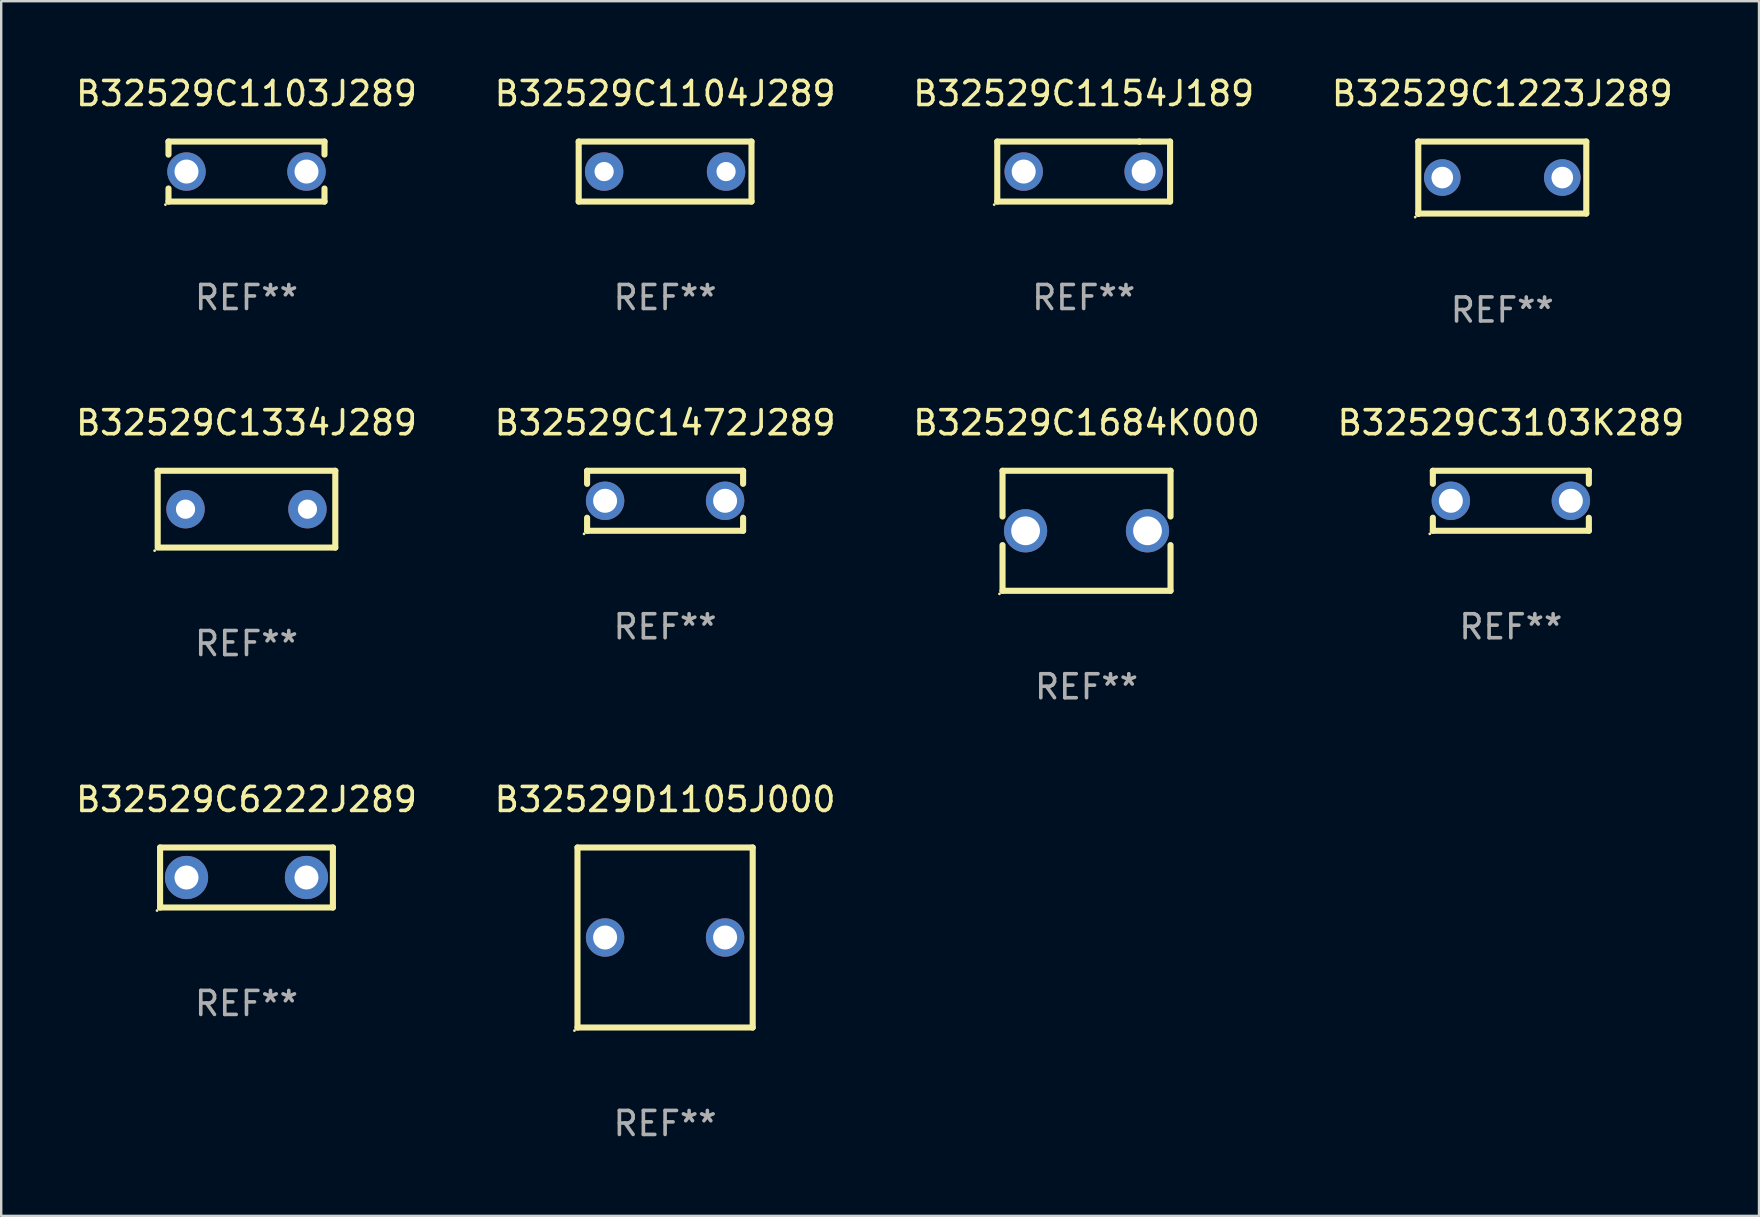
<source format=kicad_pcb>
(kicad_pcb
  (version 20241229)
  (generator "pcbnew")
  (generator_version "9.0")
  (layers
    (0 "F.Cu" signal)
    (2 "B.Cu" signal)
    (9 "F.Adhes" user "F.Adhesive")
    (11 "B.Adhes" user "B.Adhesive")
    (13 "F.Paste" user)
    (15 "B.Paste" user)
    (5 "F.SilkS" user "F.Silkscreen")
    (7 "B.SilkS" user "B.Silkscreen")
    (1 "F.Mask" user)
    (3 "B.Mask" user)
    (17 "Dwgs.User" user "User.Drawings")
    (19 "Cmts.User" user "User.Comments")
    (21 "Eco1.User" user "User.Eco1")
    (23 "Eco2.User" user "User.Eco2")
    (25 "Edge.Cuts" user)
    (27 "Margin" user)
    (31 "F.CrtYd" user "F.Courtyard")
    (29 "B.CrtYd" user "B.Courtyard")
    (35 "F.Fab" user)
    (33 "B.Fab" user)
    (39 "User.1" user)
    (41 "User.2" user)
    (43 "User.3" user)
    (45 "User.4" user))
  (footprint "B32529C1223J289"
    (layer "F.Cu")
    (at 59.542 4.358)
    (property "Reference" "B32529C1223J289" (at 0 -3.51 0) (layer "F.SilkS") (effects (font (size 1 1) (thickness 0.15))))
    (attr through_hole)
    (fp_line (start -3.5 -1.51) (end 3.5 -1.51) (stroke (width 0.254) (type solid)) (layer "F.SilkS"))
    (fp_line (start -3.5 1.51) (end -3.5 -1.51) (stroke (width 0.254) (type solid)) (layer "F.SilkS"))
    (fp_line (start 3.5 -1.51) (end 3.5 1.49) (stroke (width 0.254) (type solid)) (layer "F.SilkS"))
    (fp_line (start 3.5 1.49) (end -3.5 1.49) (stroke (width 0.254) (type solid)) (layer "F.SilkS"))
    (fp_circle (center -3.627 1.637) (end -3.597 1.637) (stroke (width 0.06) (type solid)) (fill no) (layer "F.SilkS"))
    (fp_text user "REF**" (at 0 5.51 0) (layer "F.Fab") (effects (font (size 1 1) (thickness 0.15))))
    (pad "1" thru_hole circle (at -2.5 -0.01) (size 1.524 1.524) (drill 0.9) (layers "*.Cu" "*.Mask"))
    (pad "2" thru_hole circle (at 2.5 -0.01) (size 1.524 1.524) (drill 0.9) (layers "*.Cu" "*.Mask")))
  (footprint "B32529C1104J289"
    (layer "F.Cu")
    (at 24.661 4.098)
    (property "Reference" "B32529C1104J289" (at 0 -3.25 0) (layer "F.SilkS") (effects (font (size 1 1) (thickness 0.15))))
    (attr through_hole)
    (fp_line (start -3.6 -1.25) (end -3.6 1.25) (stroke (width 0.254) (type solid)) (layer "F.SilkS"))
    (fp_line (start -3.6 -1.25) (end 3.6 -1.25) (stroke (width 0.254) (type solid)) (layer "F.SilkS"))
    (fp_line (start 3.6 1.25) (end -3.6 1.25) (stroke (width 0.254) (type solid)) (layer "F.SilkS"))
    (fp_line (start 3.6 1.25) (end 3.6 -1.25) (stroke (width 0.254) (type solid)) (layer "F.SilkS"))
    (fp_circle (center -3.6 1.25) (end -3.57 1.25) (stroke (width 0.06) (type solid)) (fill no) (layer "F.SilkS"))
    (fp_text user "REF**" (at 0 5.25 0) (layer "F.Fab") (effects (font (size 1 1) (thickness 0.15))))
    (pad "1" thru_hole circle (at -2.54 0) (size 1.6 1.6) (drill 0.8) (layers "*.Cu" "*.Mask"))
    (pad "2" thru_hole circle (at 2.54 0) (size 1.6 1.6) (drill 0.8) (layers "*.Cu" "*.Mask")))
  (footprint "B32529C1103J289"
    (layer "F.Cu")
    (at 7.22 4.098)
    (property "Reference" "B32529C1103J289" (at 0 -3.25 0) (layer "F.SilkS") (effects (font (size 1 1) (thickness 0.15))))
    (attr through_hole)
    (fp_line (start -3.25 -1.25) (end -3.25 -0.706) (stroke (width 0.254) (type solid)) (layer "F.SilkS"))
    (fp_line (start -3.25 -1.25) (end 3.25 -1.25) (stroke (width 0.254) (type solid)) (layer "F.SilkS"))
    (fp_line (start -3.25 0.706) (end -3.25 1.25) (stroke (width 0.254) (type solid)) (layer "F.SilkS"))
    (fp_line (start 3.25 1.25) (end -3.25 1.25) (stroke (width 0.254) (type solid)) (layer "F.SilkS"))
    (fp_line (start 3.25 -1.25) (end 3.25 -0.707) (stroke (width 0.254) (type solid)) (layer "F.SilkS"))
    (fp_line (start 3.25 0.707) (end 3.25 1.25) (stroke (width 0.254) (type solid)) (layer "F.SilkS"))
    (fp_circle (center -3.377 1.377) (end -3.347 1.377) (stroke (width 0.06) (type solid)) (fill no) (layer "F.SilkS"))
    (fp_text user "REF**" (at 0 5.25 0) (layer "F.Fab") (effects (font (size 1 1) (thickness 0.15))))
    (pad "1" thru_hole circle (at -2.5 0) (size 1.6 1.6) (drill 1) (layers "*.Cu" "*.Mask"))
    (pad "2" thru_hole circle (at 2.5 0) (size 1.6 1.6) (drill 1) (layers "*.Cu" "*.Mask")))
  (footprint "B32529C1472J289"
    (layer "F.Cu")
    (at 24.661 17.815)
    (property "Reference" "B32529C1472J289" (at 0 -3.25 0) (layer "F.SilkS") (effects (font (size 1 1) (thickness 0.15))))
    (attr through_hole)
    (fp_line (start -3.25 -1.25) (end -3.25 -0.706) (stroke (width 0.254) (type solid)) (layer "F.SilkS"))
    (fp_line (start -3.25 -1.25) (end 3.25 -1.25) (stroke (width 0.254) (type solid)) (layer "F.SilkS"))
    (fp_line (start -3.25 0.706) (end -3.25 1.25) (stroke (width 0.254) (type solid)) (layer "F.SilkS"))
    (fp_line (start 3.25 1.25) (end -3.25 1.25) (stroke (width 0.254) (type solid)) (layer "F.SilkS"))
    (fp_line (start 3.25 -1.25) (end 3.25 -0.707) (stroke (width 0.254) (type solid)) (layer "F.SilkS"))
    (fp_line (start 3.25 0.707) (end 3.25 1.25) (stroke (width 0.254) (type solid)) (layer "F.SilkS"))
    (fp_circle (center -3.377 1.377) (end -3.347 1.377) (stroke (width 0.06) (type solid)) (fill no) (layer "F.SilkS"))
    (fp_text user "REF**" (at 0 5.25 0) (layer "F.Fab") (effects (font (size 1 1) (thickness 0.15))))
    (pad "1" thru_hole circle (at -2.5 0) (size 1.6 1.6) (drill 1) (layers "*.Cu" "*.Mask"))
    (pad "2" thru_hole circle (at 2.5 0) (size 1.6 1.6) (drill 1) (layers "*.Cu" "*.Mask")))
  (footprint "B32529C1684K000"
    (layer "F.Cu")
    (at 42.22 19.065)
    (property "Reference" "B32529C1684K000" (at 0 -4.5 0) (layer "F.SilkS") (effects (font (size 1 1) (thickness 0.15))))
    (attr through_hole)
    (fp_line (start -3.5 -2.5) (end -3.5 -0.596) (stroke (width 0.254) (type solid)) (layer "F.SilkS"))
    (fp_line (start -3.5 -2.5) (end 3.5 -2.5) (stroke (width 0.254) (type solid)) (layer "F.SilkS"))
    (fp_line (start -3.5 0.596) (end -3.5 2.5) (stroke (width 0.254) (type solid)) (layer "F.SilkS"))
    (fp_line (start 3.5 -2.5) (end 3.5 -0.596) (stroke (width 0.254) (type solid)) (layer "F.SilkS"))
    (fp_line (start 3.5 0.596) (end 3.5 2.5) (stroke (width 0.254) (type solid)) (layer "F.SilkS"))
    (fp_line (start 3.5 2.5) (end -3.5 2.5) (stroke (width 0.254) (type solid)) (layer "F.SilkS"))
    (fp_circle (center -3.627 2.627) (end -3.597 2.627) (stroke (width 0.06) (type solid)) (fill no) (layer "F.SilkS"))
    (fp_text user "REF**" (at 0 6.5 0) (layer "F.Fab") (effects (font (size 1 1) (thickness 0.15))))
    (pad "1" thru_hole circle (at -2.54 0) (size 1.8 1.8) (drill 1.2) (layers "*.Cu" "*.Mask"))
    (pad "2" thru_hole circle (at 2.54 0) (size 1.8 1.8) (drill 1.2) (layers "*.Cu" "*.Mask")))
  (footprint "B32529C1154J189"
    (layer "F.Cu")
    (at 42.101 4.098)
    (property "Reference" "B32529C1154J189" (at 0 -3.25 0) (layer "F.SilkS") (effects (font (size 1 1) (thickness 0.15))))
    (attr through_hole)
    (fp_line (start -3.6 1.25) (end -3.6 -1.25) (stroke (width 0.254) (type solid)) (layer "F.SilkS"))
    (fp_line (start -3.6 1.25) (end 3.6 1.25) (stroke (width 0.254) (type solid)) (layer "F.SilkS"))
    (fp_line (start -3.6 -1.25) (end 2.326 -1.25) (stroke (width 0.254) (type solid)) (layer "F.SilkS"))
    (fp_line (start 2.326 -1.25) (end 2.326 -1.25) (stroke (width 0.254) (type solid)) (layer "F.SilkS"))
    (fp_line (start 2.326 -1.25) (end 3.6 -1.25) (stroke (width 0.254) (type solid)) (layer "F.SilkS"))
    (fp_line (start 3.6 -1.25) (end 3.6 1.25) (stroke (width 0.254) (type solid)) (layer "F.SilkS"))
    (fp_circle (center -3.727 1.377) (end -3.697 1.377) (stroke (width 0.06) (type solid)) (fill no) (layer "F.SilkS"))
    (fp_text user "REF**" (at 0 5.25 0) (layer "F.Fab") (effects (font (size 1 1) (thickness 0.15))))
    (pad "1" thru_hole circle (at -2.499 -0.000013) (size 1.6 1.6) (drill 1) (layers "*.Cu" "*.Mask"))
    (pad "2" thru_hole circle (at 2.499 -0.000013) (size 1.6 1.6) (drill 1) (layers "*.Cu" "*.Mask")))
  (footprint "B32529C6222J289"
    (layer "F.Cu")
    (at 7.22 33.511)
    (property "Reference" "B32529C6222J289" (at 0 -3.25 0) (layer "F.SilkS") (effects (font (size 1 1) (thickness 0.15))))
    (attr through_hole)
    (fp_line (start -3.6 -1.25) (end 3.6 -1.25) (stroke (width 0.254) (type solid)) (layer "F.SilkS"))
    (fp_line (start -3.6 1.25) (end -3.6 -1.25) (stroke (width 0.254) (type solid)) (layer "F.SilkS"))
    (fp_line (start -3.6 1.25) (end 3.6 1.25) (stroke (width 0.254) (type solid)) (layer "F.SilkS"))
    (fp_line (start 3.6 -1.25) (end 3.6 1.25) (stroke (width 0.254) (type solid)) (layer "F.SilkS"))
    (fp_circle (center -3.727 1.377) (end -3.697 1.377) (stroke (width 0.06) (type solid)) (fill no) (layer "F.SilkS"))
    (fp_text user "REF**" (at 0 5.25 0) (layer "F.Fab") (effects (font (size 1 1) (thickness 0.15))))
    (pad "1" thru_hole circle (at -2.499 -0.000013) (size 1.8 1.8) (drill 1) (layers "*.Cu" "*.Mask"))
    (pad "2" thru_hole circle (at 2.499 -0.000013) (size 1.8 1.8) (drill 1) (layers "*.Cu" "*.Mask")))
  (footprint "B32529D1105J000"
    (layer "F.Cu")
    (at 24.661 36.011)
    (property "Reference" "B32529D1105J000" (at 0 -5.75 0) (layer "F.SilkS") (effects (font (size 1 1) (thickness 0.15))))
    (attr through_hole)
    (fp_line (start -3.65 -3.75) (end 3.65 -3.75) (stroke (width 0.254) (type solid)) (layer "F.SilkS"))
    (fp_line (start -3.65 3.75) (end -3.65 -3.75) (stroke (width 0.254) (type solid)) (layer "F.SilkS"))
    (fp_line (start 3.65 -3.75) (end 3.65 3.75) (stroke (width 0.254) (type solid)) (layer "F.SilkS"))
    (fp_line (start 3.65 3.75) (end -3.65 3.75) (stroke (width 0.254) (type solid)) (layer "F.SilkS"))
    (fp_circle (center -3.777 3.877) (end -3.747 3.877) (stroke (width 0.06) (type solid)) (fill no) (layer "F.SilkS"))
    (fp_text user "REF**" (at 0 7.75 0) (layer "F.Fab") (effects (font (size 1 1) (thickness 0.15))))
    (pad "1" thru_hole circle (at -2.5 0) (size 1.6 1.6) (drill 1) (layers "*.Cu" "*.Mask"))
    (pad "2" thru_hole circle (at 2.5 0) (size 1.6 1.6) (drill 1) (layers "*.Cu" "*.Mask")))
  (footprint "B32529C1334J289"
    (layer "F.Cu")
    (at 7.22 18.165)
    (property "Reference" "B32529C1334J289" (at 0 -3.6 0) (layer "F.SilkS") (effects (font (size 1 1) (thickness 0.15))))
    (attr through_hole)
    (fp_line (start -3.7 -1.6) (end -3.7 1.524) (stroke (width 0.254) (type solid)) (layer "F.SilkS"))
    (fp_line (start -3.7 -1.6) (end 3.7 -1.6) (stroke (width 0.254) (type solid)) (layer "F.SilkS"))
    (fp_line (start -3.7 1.6) (end 3.7 1.6) (stroke (width 0.254) (type solid)) (layer "F.SilkS"))
    (fp_line (start 3.7 -1.6) (end 3.7 1.6) (stroke (width 0.254) (type solid)) (layer "F.SilkS"))
    (fp_circle (center -3.827 1.727) (end -3.797 1.727) (stroke (width 0.06) (type solid)) (fill no) (layer "F.SilkS"))
    (fp_text user "REF**" (at 0 5.6 0) (layer "F.Fab") (effects (font (size 1 1) (thickness 0.15))))
    (pad "1" thru_hole circle (at -2.54 0) (size 1.6 1.6) (drill 0.8) (layers "*.Cu" "*.Mask"))
    (pad "2" thru_hole circle (at 2.54 0) (size 1.6 1.6) (drill 0.8) (layers "*.Cu" "*.Mask")))
  (footprint "B32529C3103K289"
    (layer "F.Cu")
    (at 59.899 17.815)
    (property "Reference" "B32529C3103K289" (at 0 -3.25 0) (layer "F.SilkS") (effects (font (size 1 1) (thickness 0.15))))
    (attr through_hole)
    (fp_line (start -3.25 -1.25) (end -3.25 -0.706) (stroke (width 0.254) (type solid)) (layer "F.SilkS"))
    (fp_line (start -3.25 -1.25) (end 3.25 -1.25) (stroke (width 0.254) (type solid)) (layer "F.SilkS"))
    (fp_line (start -3.25 0.706) (end -3.25 1.25) (stroke (width 0.254) (type solid)) (layer "F.SilkS"))
    (fp_line (start 3.25 1.25) (end -3.25 1.25) (stroke (width 0.254) (type solid)) (layer "F.SilkS"))
    (fp_line (start 3.25 -1.25) (end 3.25 -0.707) (stroke (width 0.254) (type solid)) (layer "F.SilkS"))
    (fp_line (start 3.25 0.707) (end 3.25 1.25) (stroke (width 0.254) (type solid)) (layer "F.SilkS"))
    (fp_circle (center -3.377 1.377) (end -3.347 1.377) (stroke (width 0.06) (type solid)) (fill no) (layer "F.SilkS"))
    (fp_text user "REF**" (at 0 5.25 0) (layer "F.Fab") (effects (font (size 1 1) (thickness 0.15))))
    (pad "1" thru_hole circle (at -2.5 0) (size 1.6 1.6) (drill 1) (layers "*.Cu" "*.Mask"))
    (pad "2" thru_hole circle (at 2.5 0) (size 1.6 1.6) (drill 1) (layers "*.Cu" "*.Mask")))
  (gr_rect
    (start -3 -3)
    (end 70.238 47.61)
    (stroke (width 0.1) (type default))
    (fill no)
    (layer "Edge.Cuts")))
</source>
